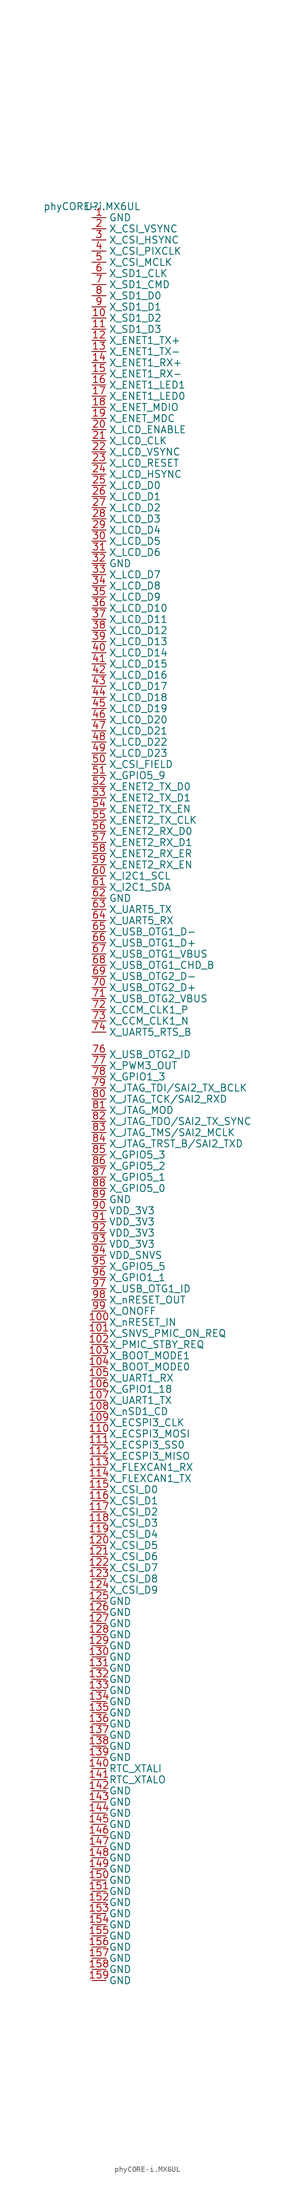
<source format=kicad_sym>
(kicad_symbol_lib
  (version 20211014)
  (generator kicad_symbol_editor)
  (symbol "phyCORE-i.MX6UL"
    (property "Reference" "U"
      (at 0 0 0)
      (effects (font (size 1.27 1.27))))
    (property "Value" "phyCORE-i.MX6UL"
      (at 0 0 0)
      (effects (font (size 1.27 1.27))))
    (symbol "phyCORE-i.MX6UL_0_0"
      (pin power_in line (at 0 -2 0) (length 2.54) (name "GND" (effects (font (size 1.27 1.27)))) (number "1" (effects (font (size 1.27 1.27)))))
      (pin input line (at 0 -4 0) (length 2.54) (name "X_CSI_VSYNC" (effects (font (size 1.27 1.27)))) (number "2" (effects (font (size 1.27 1.27)))))
      (pin input line (at 0 -6 0) (length 2.54) (name "X_CSI_HSYNC" (effects (font (size 1.27 1.27)))) (number "3" (effects (font (size 1.27 1.27)))))
      (pin input line (at 0 -8 0) (length 2.54) (name "X_CSI_PIXCLK" (effects (font (size 1.27 1.27)))) (number "4" (effects (font (size 1.27 1.27)))))
      (pin output line (at 0 -10 0) (length 2.54) (name "X_CSI_MCLK" (effects (font (size 1.27 1.27)))) (number "5" (effects (font (size 1.27 1.27)))))
      (pin output line (at 0 -12 0) (length 2.54) (name "X_SD1_CLK" (effects (font (size 1.27 1.27)))) (number "6" (effects (font (size 1.27 1.27)))))
      (pin bidirectional line (at 0 -14 0) (length 2.54) (name "X_SD1_CMD" (effects (font (size 1.27 1.27)))) (number "7" (effects (font (size 1.27 1.27)))))
      (pin bidirectional line (at 0 -16 0) (length 2.54) (name "X_SD1_D0" (effects (font (size 1.27 1.27)))) (number "8" (effects (font (size 1.27 1.27)))))
      (pin bidirectional line (at 0 -18 0) (length 2.54) (name "X_SD1_D1" (effects (font (size 1.27 1.27)))) (number "9" (effects (font (size 1.27 1.27)))))
      (pin bidirectional line (at 0 -20 0) (length 2.54) (name "X_SD1_D2" (effects (font (size 1.27 1.27)))) (number "10" (effects (font (size 1.27 1.27)))))
      (pin bidirectional line (at 0 -22 0) (length 2.54) (name "X_SD1_D3" (effects (font (size 1.27 1.27)))) (number "11" (effects (font (size 1.27 1.27)))))
      (pin output line (at 0 -24 0) (length 2.54) (name "X_ENET1_TX+" (effects (font (size 1.27 1.27)))) (number "12" (effects (font (size 1.27 1.27)))))
      (pin output line (at 0 -26 0) (length 2.54) (name "X_ENET1_TX-" (effects (font (size 1.27 1.27)))) (number "13" (effects (font (size 1.27 1.27)))))
      (pin input line (at 0 -28 0) (length 2.54) (name "X_ENET1_RX+" (effects (font (size 1.27 1.27)))) (number "14" (effects (font (size 1.27 1.27)))))
      (pin input line (at 0 -30 0) (length 2.54) (name "X_ENET1_RX-" (effects (font (size 1.27 1.27)))) (number "15" (effects (font (size 1.27 1.27)))))
      (pin bidirectional line (at 0 -32 0) (length 2.54) (name "X_ENET1_LED1" (effects (font (size 1.27 1.27)))) (number "16" (effects (font (size 1.27 1.27)))))
      (pin bidirectional line (at 0 -34 0) (length 2.54) (name "X_ENET1_LED0" (effects (font (size 1.27 1.27)))) (number "17" (effects (font (size 1.27 1.27)))))
      (pin bidirectional line (at 0 -36 0) (length 2.54) (name "X_ENET_MDIO" (effects (font (size 1.27 1.27)))) (number "18" (effects (font (size 1.27 1.27)))))
      (pin output line (at 0 -38 0) (length 2.54) (name "X_ENET_MDC" (effects (font (size 1.27 1.27)))) (number "19" (effects (font (size 1.27 1.27)))))
      (pin output line (at 0 -40 0) (length 2.54) (name "X_LCD_ENABLE" (effects (font (size 1.27 1.27)))) (number "20" (effects (font (size 1.27 1.27)))))
      (pin output line (at 0 -42 0) (length 2.54) (name "X_LCD_CLK" (effects (font (size 1.27 1.27)))) (number "21" (effects (font (size 1.27 1.27)))))
      (pin output line (at 0 -44 0) (length 2.54) (name "X_LCD_VSYNC" (effects (font (size 1.27 1.27)))) (number "22" (effects (font (size 1.27 1.27)))))
      (pin output line (at 0 -46 0) (length 2.54) (name "X_LCD_RESET" (effects (font (size 1.27 1.27)))) (number "23" (effects (font (size 1.27 1.27)))))
      (pin output line (at 0 -48 0) (length 2.54) (name "X_LCD_HSYNC" (effects (font (size 1.27 1.27)))) (number "24" (effects (font (size 1.27 1.27)))))
      (pin output line (at 0 -50 0) (length 2.54) (name "X_LCD_D0" (effects (font (size 1.27 1.27)))) (number "25" (effects (font (size 1.27 1.27)))))
      (pin output line (at 0 -52 0) (length 2.54) (name "X_LCD_D1" (effects (font (size 1.27 1.27)))) (number "26" (effects (font (size 1.27 1.27)))))
      (pin output line (at 0 -54 0) (length 2.54) (name "X_LCD_D2" (effects (font (size 1.27 1.27)))) (number "27" (effects (font (size 1.27 1.27)))))
      (pin output line (at 0 -56 0) (length 2.54) (name "X_LCD_D3" (effects (font (size 1.27 1.27)))) (number "28" (effects (font (size 1.27 1.27)))))
      (pin output line (at 0 -58 0) (length 2.54) (name "X_LCD_D4" (effects (font (size 1.27 1.27)))) (number "29" (effects (font (size 1.27 1.27)))))
      (pin output line (at 0 -60 0) (length 2.54) (name "X_LCD_D5" (effects (font (size 1.27 1.27)))) (number "30" (effects (font (size 1.27 1.27)))))
      (pin output line (at 0 -62 0) (length 2.54) (name "X_LCD_D6" (effects (font (size 1.27 1.27)))) (number "31" (effects (font (size 1.27 1.27)))))
      (pin power_in line (at 0 -64 0) (length 2.54) (name "GND" (effects (font (size 1.27 1.27)))) (number "32" (effects (font (size 1.27 1.27)))))
      (pin output line (at 0 -66 0) (length 2.54) (name "X_LCD_D7" (effects (font (size 1.27 1.27)))) (number "33" (effects (font (size 1.27 1.27)))))
      (pin output line (at 0 -68 0) (length 2.54) (name "X_LCD_D8" (effects (font (size 1.27 1.27)))) (number "34" (effects (font (size 1.27 1.27)))))
      (pin output line (at 0 -70 0) (length 2.54) (name "X_LCD_D9" (effects (font (size 1.27 1.27)))) (number "35" (effects (font (size 1.27 1.27)))))
      (pin output line (at 0 -72 0) (length 2.54) (name "X_LCD_D10" (effects (font (size 1.27 1.27)))) (number "36" (effects (font (size 1.27 1.27)))))
      (pin output line (at 0 -74 0) (length 2.54) (name "X_LCD_D11" (effects (font (size 1.27 1.27)))) (number "37" (effects (font (size 1.27 1.27)))))
      (pin output line (at 0 -76 0) (length 2.54) (name "X_LCD_D12" (effects (font (size 1.27 1.27)))) (number "38" (effects (font (size 1.27 1.27)))))
      (pin output line (at 0 -78 0) (length 2.54) (name "X_LCD_D13" (effects (font (size 1.27 1.27)))) (number "39" (effects (font (size 1.27 1.27)))))
      (pin output line (at 0 -80 0) (length 2.54) (name "X_LCD_D14" (effects (font (size 1.27 1.27)))) (number "40" (effects (font (size 1.27 1.27)))))
      (pin output line (at 0 -82 0) (length 2.54) (name "X_LCD_D15" (effects (font (size 1.27 1.27)))) (number "41" (effects (font (size 1.27 1.27)))))
      (pin output line (at 0 -84 0) (length 2.54) (name "X_LCD_D16" (effects (font (size 1.27 1.27)))) (number "42" (effects (font (size 1.27 1.27)))))
      (pin output line (at 0 -86 0) (length 2.54) (name "X_LCD_D17" (effects (font (size 1.27 1.27)))) (number "43" (effects (font (size 1.27 1.27)))))
      (pin output line (at 0 -88 0) (length 2.54) (name "X_LCD_D18" (effects (font (size 1.27 1.27)))) (number "44" (effects (font (size 1.27 1.27)))))
      (pin output line (at 0 -90 0) (length 2.54) (name "X_LCD_D19" (effects (font (size 1.27 1.27)))) (number "45" (effects (font (size 1.27 1.27)))))
      (pin output line (at 0 -92 0) (length 2.54) (name "X_LCD_D20" (effects (font (size 1.27 1.27)))) (number "46" (effects (font (size 1.27 1.27)))))
      (pin output line (at 0 -94 0) (length 2.54) (name "X_LCD_D21" (effects (font (size 1.27 1.27)))) (number "47" (effects (font (size 1.27 1.27)))))
      (pin output line (at 0 -96 0) (length 2.54) (name "X_LCD_D22" (effects (font (size 1.27 1.27)))) (number "48" (effects (font (size 1.27 1.27)))))
      (pin output line (at 0 -98 0) (length 2.54) (name "X_LCD_D23" (effects (font (size 1.27 1.27)))) (number "49" (effects (font (size 1.27 1.27)))))
      (pin input line (at 0 -100 0) (length 2.54) (name "X_CSI_FIELD" (effects (font (size 1.27 1.27)))) (number "50" (effects (font (size 1.27 1.27)))))
      (pin bidirectional line (at 0 -102 0) (length 2.54) (name "X_GPIO5_9" (effects (font (size 1.27 1.27)))) (number "51" (effects (font (size 1.27 1.27)))))
      (pin output line (at 0 -104 0) (length 2.54) (name "X_ENET2_TX_D0" (effects (font (size 1.27 1.27)))) (number "52" (effects (font (size 1.27 1.27)))))
      (pin output line (at 0 -106 0) (length 2.54) (name "X_ENET2_TX_D1" (effects (font (size 1.27 1.27)))) (number "53" (effects (font (size 1.27 1.27)))))
      (pin output line (at 0 -108 0) (length 2.54) (name "X_ENET2_TX_EN" (effects (font (size 1.27 1.27)))) (number "54" (effects (font (size 1.27 1.27)))))
      (pin output line (at 0 -110 0) (length 2.54) (name "X_ENET2_TX_CLK" (effects (font (size 1.27 1.27)))) (number "55" (effects (font (size 1.27 1.27)))))
      (pin input line (at 0 -112 0) (length 2.54) (name "X_ENET2_RX_D0" (effects (font (size 1.27 1.27)))) (number "56" (effects (font (size 1.27 1.27)))))
      (pin input line (at 0 -114 0) (length 2.54) (name "X_ENET2_RX_D1" (effects (font (size 1.27 1.27)))) (number "57" (effects (font (size 1.27 1.27)))))
      (pin input line (at 0 -116 0) (length 2.54) (name "X_ENET2_RX_ER" (effects (font (size 1.27 1.27)))) (number "58" (effects (font (size 1.27 1.27)))))
      (pin input line (at 0 -118 0) (length 2.54) (name "X_ENET2_RX_EN" (effects (font (size 1.27 1.27)))) (number "59" (effects (font (size 1.27 1.27)))))
      (pin bidirectional line (at 0 -120 0) (length 2.54) (name "X_I2C1_SCL" (effects (font (size 1.27 1.27)))) (number "60" (effects (font (size 1.27 1.27)))))
      (pin bidirectional line (at 0 -122 0) (length 2.54) (name "X_I2C1_SDA" (effects (font (size 1.27 1.27)))) (number "61" (effects (font (size 1.27 1.27)))))
      (pin power_in line (at 0 -124 0) (length 2.54) (name "GND" (effects (font (size 1.27 1.27)))) (number "62" (effects (font (size 1.27 1.27)))))
      (pin output line (at 0 -126 0) (length 2.54) (name "X_UART5_TX" (effects (font (size 1.27 1.27)))) (number "63" (effects (font (size 1.27 1.27)))))
      (pin input line (at 0 -128 0) (length 2.54) (name "X_UART5_RX" (effects (font (size 1.27 1.27)))) (number "64" (effects (font (size 1.27 1.27)))))
      (pin bidirectional line (at 0 -130 0) (length 2.54) (name "X_USB_OTG1_D-" (effects (font (size 1.27 1.27)))) (number "65" (effects (font (size 1.27 1.27)))))
      (pin bidirectional line (at 0 -132 0) (length 2.54) (name "X_USB_OTG1_D+" (effects (font (size 1.27 1.27)))) (number "66" (effects (font (size 1.27 1.27)))))
      (pin power_in line (at 0 -134 0) (length 2.54) (name "X_USB_OTG1_VBUS" (effects (font (size 1.27 1.27)))) (number "67" (effects (font (size 1.27 1.27)))))
      (pin unspecified line (at 0 -136 0) (length 2.54) (name "X_USB_OTG1_CHD_B" (effects (font (size 1.27 1.27)))) (number "68" (effects (font (size 1.27 1.27)))))
      (pin bidirectional line (at 0 -138 0) (length 2.54) (name "X_USB_OTG2_D-" (effects (font (size 1.27 1.27)))) (number "69" (effects (font (size 1.27 1.27)))))
      (pin bidirectional line (at 0 -140 0) (length 2.54) (name "X_USB_OTG2_D+" (effects (font (size 1.27 1.27)))) (number "70" (effects (font (size 1.27 1.27)))))
      (pin power_in line (at 0 -142 0) (length 2.54) (name "X_USB_OTG2_VBUS" (effects (font (size 1.27 1.27)))) (number "71" (effects (font (size 1.27 1.27)))))
      (pin bidirectional line (at 0 -144 0) (length 2.54) (name "X_CCM_CLK1_P" (effects (font (size 1.27 1.27)))) (number "72" (effects (font (size 1.27 1.27)))))
      (pin bidirectional line (at 0 -146 0) (length 2.54) (name "X_CCM_CLK1_N" (effects (font (size 1.27 1.27)))) (number "73" (effects (font (size 1.27 1.27)))))
      (pin input line (at 0 -148 0) (length 2.54) (name "X_UART5_RTS_B" (effects (font (size 1.27 1.27)))) (number "74" (effects (font (size 1.27 1.27)))))
      (pin input line (at 0 -152 0) (length 2.54) (name "X_USB_OTG2_ID" (effects (font (size 1.27 1.27)))) (number "76" (effects (font (size 1.27 1.27)))))
      (pin output line (at 0 -154 0) (length 2.54) (name "X_PWM3_OUT" (effects (font (size 1.27 1.27)))) (number "77" (effects (font (size 1.27 1.27)))))
      (pin input line (at 0 -156 0) (length 2.54) (name "X_GPIO1_3" (effects (font (size 1.27 1.27)))) (number "78" (effects (font (size 1.27 1.27)))))
      (pin output line (at 0 -158 0) (length 2.54) (name "X_JTAG_TDI/SAI2_TX_BCLK" (effects (font (size 1.27 1.27)))) (number "79" (effects (font (size 1.27 1.27)))))
      (pin input line (at 0 -160 0) (length 2.54) (name "X_JTAG_TCK/SAI2_RXD" (effects (font (size 1.27 1.27)))) (number "80" (effects (font (size 1.27 1.27)))))
      (pin output line (at 0 -162 0) (length 2.54) (name "X_JTAG_MOD" (effects (font (size 1.27 1.27)))) (number "81" (effects (font (size 1.27 1.27)))))
      (pin output line (at 0 -164 0) (length 2.54) (name "X_JTAG_TDO/SAI2_TX_SYNC" (effects (font (size 1.27 1.27)))) (number "82" (effects (font (size 1.27 1.27)))))
      (pin output line (at 0 -166 0) (length 2.54) (name "X_JTAG_TMS/SAI2_MCLK" (effects (font (size 1.27 1.27)))) (number "83" (effects (font (size 1.27 1.27)))))
      (pin output line (at 0 -168 0) (length 2.54) (name "X_JTAG_TRST_B/SAI2_TXD" (effects (font (size 1.27 1.27)))) (number "84" (effects (font (size 1.27 1.27)))))
      (pin input line (at 0 -170 0) (length 2.54) (name "X_GPIO5_3" (effects (font (size 1.27 1.27)))) (number "85" (effects (font (size 1.27 1.27)))))
      (pin output line (at 0 -172 0) (length 2.54) (name "X_GPIO5_2" (effects (font (size 1.27 1.27)))) (number "86" (effects (font (size 1.27 1.27)))))
      (pin input line (at 0 -174 0) (length 2.54) (name "X_GPIO5_1" (effects (font (size 1.27 1.27)))) (number "87" (effects (font (size 1.27 1.27)))))
      (pin input line (at 0 -176 0) (length 2.54) (name "X_GPIO5_0" (effects (font (size 1.27 1.27)))) (number "88" (effects (font (size 1.27 1.27)))))
      (pin power_in line (at 0 -178 0) (length 2.54) (name "GND" (effects (font (size 1.27 1.27)))) (number "89" (effects (font (size 1.27 1.27)))))
      (pin power_in line (at 0 -180 0) (length 2.54) (name "VDD_3V3" (effects (font (size 1.27 1.27)))) (number "90" (effects (font (size 1.27 1.27)))))
      (pin power_in line (at 0 -182 0) (length 2.54) (name "VDD_3V3" (effects (font (size 1.27 1.27)))) (number "91" (effects (font (size 1.27 1.27)))))
      (pin power_in line (at 0 -184 0) (length 2.54) (name "VDD_3V3" (effects (font (size 1.27 1.27)))) (number "92" (effects (font (size 1.27 1.27)))))
      (pin power_in line (at 0 -186 0) (length 2.54) (name "VDD_3V3" (effects (font (size 1.27 1.27)))) (number "93" (effects (font (size 1.27 1.27)))))
      (pin power_in line (at 0 -188 0) (length 2.54) (name "VDD_SNVS" (effects (font (size 1.27 1.27)))) (number "94" (effects (font (size 1.27 1.27)))))
      (pin bidirectional line (at 0 -190 0) (length 2.54) (name "X_GPIO5_5" (effects (font (size 1.27 1.27)))) (number "95" (effects (font (size 1.27 1.27)))))
      (pin bidirectional line (at 0 -192 0) (length 2.54) (name "X_GPIO1_1" (effects (font (size 1.27 1.27)))) (number "96" (effects (font (size 1.27 1.27)))))
      (pin input line (at 0 -194 0) (length 2.54) (name "X_USB_OTG1_ID" (effects (font (size 1.27 1.27)))) (number "97" (effects (font (size 1.27 1.27)))))
      (pin output line (at 0 -196 0) (length 2.54) (name "X_nRESET_OUT" (effects (font (size 1.27 1.27)))) (number "98" (effects (font (size 1.27 1.27)))))
      (pin input line (at 0 -198 0) (length 2.54) (name "X_ONOFF" (effects (font (size 1.27 1.27)))) (number "99" (effects (font (size 1.27 1.27)))))
      (pin input line (at 0 -200 0) (length 2.54) (name "X_nRESET_IN" (effects (font (size 1.27 1.27)))) (number "100" (effects (font (size 1.27 1.27)))))
      (pin output line (at 0 -202 0) (length 2.54) (name "X_SNVS_PMIC_ON_REQ" (effects (font (size 1.27 1.27)))) (number "101" (effects (font (size 1.27 1.27)))))
      (pin output line (at 0 -204 0) (length 2.54) (name "X_PMIC_STBY_REQ" (effects (font (size 1.27 1.27)))) (number "102" (effects (font (size 1.27 1.27)))))
      (pin input line (at 0 -206 0) (length 2.54) (name "X_BOOT_MODE1" (effects (font (size 1.27 1.27)))) (number "103" (effects (font (size 1.27 1.27)))))
      (pin input line (at 0 -208 0) (length 2.54) (name "X_BOOT_MODE0" (effects (font (size 1.27 1.27)))) (number "104" (effects (font (size 1.27 1.27)))))
      (pin input line (at 0 -210 0) (length 2.54) (name "X_UART1_RX" (effects (font (size 1.27 1.27)))) (number "105" (effects (font (size 1.27 1.27)))))
      (pin output line (at 0 -212 0) (length 2.54) (name "X_GPIO1_18" (effects (font (size 1.27 1.27)))) (number "106" (effects (font (size 1.27 1.27)))))
      (pin output line (at 0 -214 0) (length 2.54) (name "X_UART1_TX" (effects (font (size 1.27 1.27)))) (number "107" (effects (font (size 1.27 1.27)))))
      (pin input line (at 0 -216 0) (length 2.54) (name "X_nSD1_CD" (effects (font (size 1.27 1.27)))) (number "108" (effects (font (size 1.27 1.27)))))
      (pin bidirectional line (at 0 -218 0) (length 2.54) (name "X_ECSPI3_CLK" (effects (font (size 1.27 1.27)))) (number "109" (effects (font (size 1.27 1.27)))))
      (pin bidirectional line (at 0 -220 0) (length 2.54) (name "X_ECSPI3_MOSI" (effects (font (size 1.27 1.27)))) (number "110" (effects (font (size 1.27 1.27)))))
      (pin bidirectional line (at 0 -222 0) (length 2.54) (name "X_ECSPI3_SS0" (effects (font (size 1.27 1.27)))) (number "111" (effects (font (size 1.27 1.27)))))
      (pin bidirectional line (at 0 -224 0) (length 2.54) (name "X_ECSPI3_MISO" (effects (font (size 1.27 1.27)))) (number "112" (effects (font (size 1.27 1.27)))))
      (pin input line (at 0 -226 0) (length 2.54) (name "X_FLEXCAN1_RX" (effects (font (size 1.27 1.27)))) (number "113" (effects (font (size 1.27 1.27)))))
      (pin output line (at 0 -228 0) (length 2.54) (name "X_FLEXCAN1_TX" (effects (font (size 1.27 1.27)))) (number "114" (effects (font (size 1.27 1.27)))))
      (pin input line (at 0 -230 0) (length 2.54) (name "X_CSI_D0" (effects (font (size 1.27 1.27)))) (number "115" (effects (font (size 1.27 1.27)))))
      (pin input line (at 0 -232 0) (length 2.54) (name "X_CSI_D1" (effects (font (size 1.27 1.27)))) (number "116" (effects (font (size 1.27 1.27)))))
      (pin input line (at 0 -234 0) (length 2.54) (name "X_CSI_D2" (effects (font (size 1.27 1.27)))) (number "117" (effects (font (size 1.27 1.27)))))
      (pin input line (at 0 -236 0) (length 2.54) (name "X_CSI_D3" (effects (font (size 1.27 1.27)))) (number "118" (effects (font (size 1.27 1.27)))))
      (pin input line (at 0 -238 0) (length 2.54) (name "X_CSI_D4" (effects (font (size 1.27 1.27)))) (number "119" (effects (font (size 1.27 1.27)))))
      (pin input line (at 0 -240 0) (length 2.54) (name "X_CSI_D5" (effects (font (size 1.27 1.27)))) (number "120" (effects (font (size 1.27 1.27)))))
      (pin input line (at 0 -242 0) (length 2.54) (name "X_CSI_D6" (effects (font (size 1.27 1.27)))) (number "121" (effects (font (size 1.27 1.27)))))
      (pin input line (at 0 -244 0) (length 2.54) (name "X_CSI_D7" (effects (font (size 1.27 1.27)))) (number "122" (effects (font (size 1.27 1.27)))))
      (pin input line (at 0 -246 0) (length 2.54) (name "X_CSI_D8" (effects (font (size 1.27 1.27)))) (number "123" (effects (font (size 1.27 1.27)))))
      (pin input line (at 0 -248 0) (length 2.54) (name "X_CSI_D9" (effects (font (size 1.27 1.27)))) (number "124" (effects (font (size 1.27 1.27)))))
      (pin power_in line (at 0 -250 0) (length 2.54) (name "GND" (effects (font (size 1.27 1.27)))) (number "125" (effects (font (size 1.27 1.27)))))
      (pin power_in line (at 0 -252 0) (length 2.54) (name "GND" (effects (font (size 1.27 1.27)))) (number "126" (effects (font (size 1.27 1.27)))))
      (pin power_in line (at 0 -254 0) (length 2.54) (name "GND" (effects (font (size 1.27 1.27)))) (number "127" (effects (font (size 1.27 1.27)))))
      (pin power_in line (at 0 -256 0) (length 2.54) (name "GND" (effects (font (size 1.27 1.27)))) (number "128" (effects (font (size 1.27 1.27)))))
      (pin power_in line (at 0 -258 0) (length 2.54) (name "GND" (effects (font (size 1.27 1.27)))) (number "129" (effects (font (size 1.27 1.27)))))
      (pin power_in line (at 0 -260 0) (length 2.54) (name "GND" (effects (font (size 1.27 1.27)))) (number "130" (effects (font (size 1.27 1.27)))))
      (pin power_in line (at 0 -262 0) (length 2.54) (name "GND" (effects (font (size 1.27 1.27)))) (number "131" (effects (font (size 1.27 1.27)))))
      (pin power_in line (at 0 -264 0) (length 2.54) (name "GND" (effects (font (size 1.27 1.27)))) (number "132" (effects (font (size 1.27 1.27)))))
      (pin power_in line (at 0 -266 0) (length 2.54) (name "GND" (effects (font (size 1.27 1.27)))) (number "133" (effects (font (size 1.27 1.27)))))
      (pin power_in line (at 0 -268 0) (length 2.54) (name "GND" (effects (font (size 1.27 1.27)))) (number "134" (effects (font (size 1.27 1.27)))))
      (pin power_in line (at 0 -270 0) (length 2.54) (name "GND" (effects (font (size 1.27 1.27)))) (number "135" (effects (font (size 1.27 1.27)))))
      (pin power_in line (at 0 -272 0) (length 2.54) (name "GND" (effects (font (size 1.27 1.27)))) (number "136" (effects (font (size 1.27 1.27)))))
      (pin power_in line (at 0 -274 0) (length 2.54) (name "GND" (effects (font (size 1.27 1.27)))) (number "137" (effects (font (size 1.27 1.27)))))
      (pin power_in line (at 0 -276 0) (length 2.54) (name "GND" (effects (font (size 1.27 1.27)))) (number "138" (effects (font (size 1.27 1.27)))))
      (pin power_in line (at 0 -278 0) (length 2.54) (name "GND" (effects (font (size 1.27 1.27)))) (number "139" (effects (font (size 1.27 1.27)))))
      (pin unspecified line (at 0 -280 0) (length 2.54) (name "RTC_XTALI" (effects (font (size 1.27 1.27)))) (number "140" (effects (font (size 1.27 1.27)))))
      (pin unspecified line (at 0 -282 0) (length 2.54) (name "RTC_XTALO" (effects (font (size 1.27 1.27)))) (number "141" (effects (font (size 1.27 1.27)))))
      (pin power_in line (at 0 -284 0) (length 2.54) (name "GND" (effects (font (size 1.27 1.27)))) (number "142" (effects (font (size 1.27 1.27)))))
      (pin power_in line (at 0 -286 0) (length 2.54) (name "GND" (effects (font (size 1.27 1.27)))) (number "143" (effects (font (size 1.27 1.27)))))
      (pin power_in line (at 0 -288 0) (length 2.54) (name "GND" (effects (font (size 1.27 1.27)))) (number "144" (effects (font (size 1.27 1.27)))))
      (pin power_in line (at 0 -290 0) (length 2.54) (name "GND" (effects (font (size 1.27 1.27)))) (number "145" (effects (font (size 1.27 1.27)))))
      (pin power_in line (at 0 -292 0) (length 2.54) (name "GND" (effects (font (size 1.27 1.27)))) (number "146" (effects (font (size 1.27 1.27)))))
      (pin power_in line (at 0 -294 0) (length 2.54) (name "GND" (effects (font (size 1.27 1.27)))) (number "147" (effects (font (size 1.27 1.27)))))
      (pin power_in line (at 0 -296 0) (length 2.54) (name "GND" (effects (font (size 1.27 1.27)))) (number "148" (effects (font (size 1.27 1.27)))))
      (pin power_in line (at 0 -298 0) (length 2.54) (name "GND" (effects (font (size 1.27 1.27)))) (number "149" (effects (font (size 1.27 1.27)))))
      (pin power_in line (at 0 -300 0) (length 2.54) (name "GND" (effects (font (size 1.27 1.27)))) (number "150" (effects (font (size 1.27 1.27)))))
      (pin power_in line (at 0 -302 0) (length 2.54) (name "GND" (effects (font (size 1.27 1.27)))) (number "151" (effects (font (size 1.27 1.27)))))
      (pin power_in line (at 0 -304 0) (length 2.54) (name "GND" (effects (font (size 1.27 1.27)))) (number "152" (effects (font (size 1.27 1.27)))))
      (pin power_in line (at 0 -306 0) (length 2.54) (name "GND" (effects (font (size 1.27 1.27)))) (number "153" (effects (font (size 1.27 1.27)))))
      (pin power_in line (at 0 -308 0) (length 2.54) (name "GND" (effects (font (size 1.27 1.27)))) (number "154" (effects (font (size 1.27 1.27)))))
      (pin power_in line (at 0 -310 0) (length 2.54) (name "GND" (effects (font (size 1.27 1.27)))) (number "155" (effects (font (size 1.27 1.27)))))
      (pin power_in line (at 0 -312 0) (length 2.54) (name "GND" (effects (font (size 1.27 1.27)))) (number "156" (effects (font (size 1.27 1.27)))))
      (pin power_in line (at 0 -314 0) (length 2.54) (name "GND" (effects (font (size 1.27 1.27)))) (number "157" (effects (font (size 1.27 1.27)))))
      (pin power_in line (at 0 -316 0) (length 2.54) (name "GND" (effects (font (size 1.27 1.27)))) (number "158" (effects (font (size 1.27 1.27)))))
      (pin power_in line (at 0 -318 0) (length 2.54) (name "GND" (effects (font (size 1.27 1.27)))) (number "159" (effects (font (size 1.27 1.27))))))))
</source>
